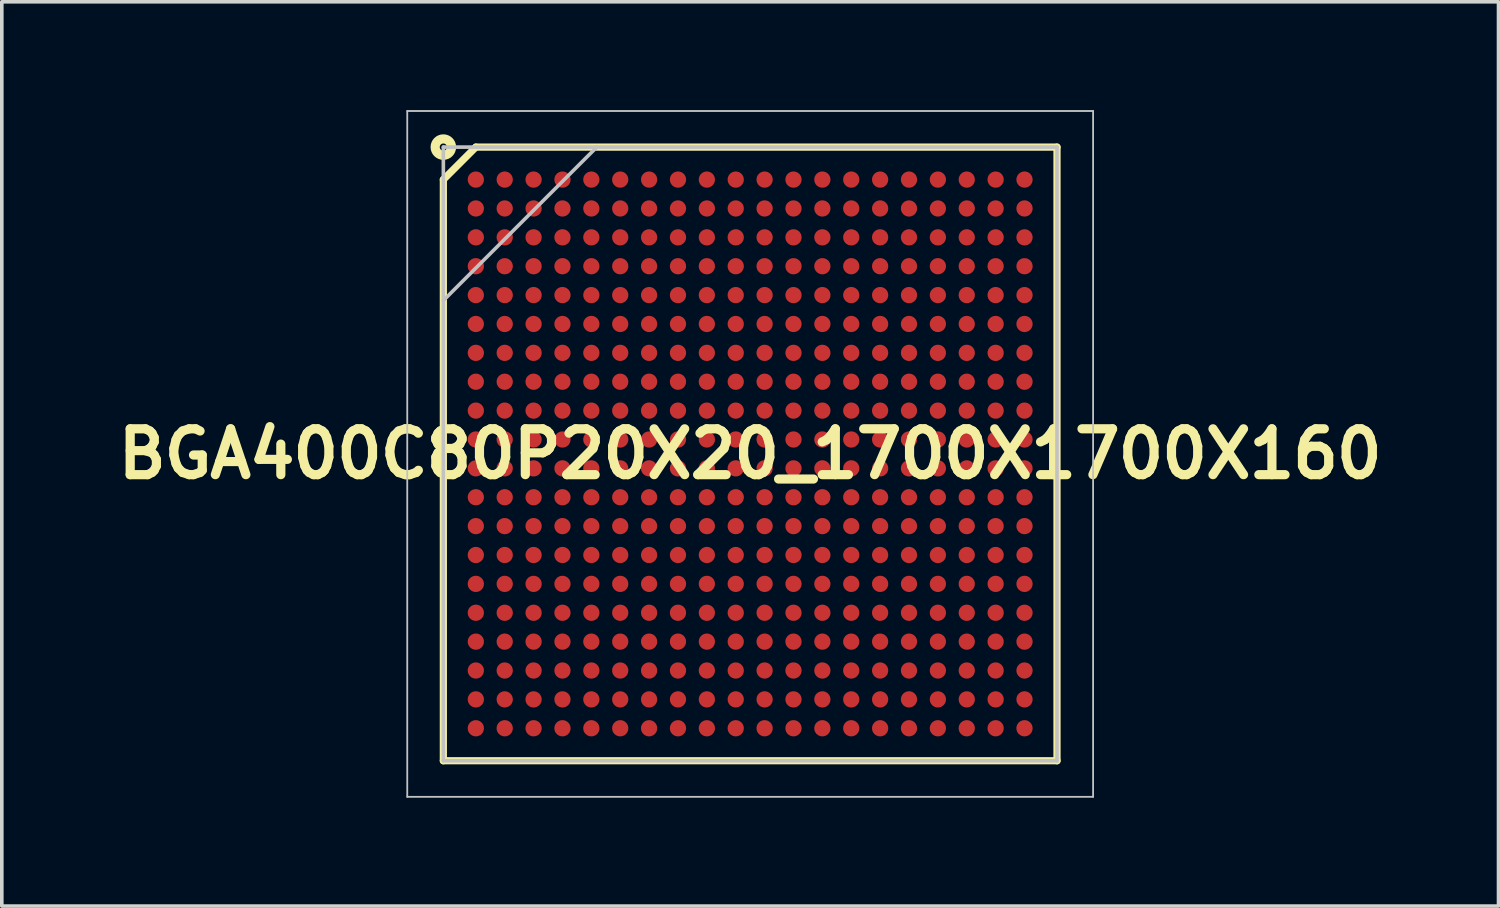
<source format=kicad_pcb>
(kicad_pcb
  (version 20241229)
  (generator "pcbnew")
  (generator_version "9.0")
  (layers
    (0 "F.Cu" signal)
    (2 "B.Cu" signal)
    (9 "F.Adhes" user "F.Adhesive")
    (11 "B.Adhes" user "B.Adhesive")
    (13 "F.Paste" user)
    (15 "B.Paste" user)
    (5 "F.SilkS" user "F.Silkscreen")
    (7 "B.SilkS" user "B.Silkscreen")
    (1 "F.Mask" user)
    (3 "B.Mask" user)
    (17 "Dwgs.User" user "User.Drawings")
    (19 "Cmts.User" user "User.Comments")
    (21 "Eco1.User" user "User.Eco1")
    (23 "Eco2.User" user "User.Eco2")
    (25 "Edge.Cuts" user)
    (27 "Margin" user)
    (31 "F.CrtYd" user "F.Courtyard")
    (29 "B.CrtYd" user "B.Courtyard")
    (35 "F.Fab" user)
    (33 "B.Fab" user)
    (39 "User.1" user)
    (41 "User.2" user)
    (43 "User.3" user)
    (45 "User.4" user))
  (footprint "BGA400C80P20X20_1700X1700X160"
    (layer "F.Cu")
    (at 17.732 9.525)
    (property "Reference" "BGA400C80P20X20_1700X1700X160" (at 0 0 0) (layer "F.SilkS") (effects (font (size 1.27 1.27) (thickness 0.254))))
    (attr smd)
    (fp_line (start -8.5 -7.6) (end -7.6 -8.5) (stroke (width 0.2) (type solid)) (layer "F.SilkS"))
    (fp_line (start -8.5 8.5) (end -8.5 -7.6) (stroke (width 0.2) (type solid)) (layer "F.SilkS"))
    (fp_line (start -7.6 -8.5) (end 8.5 -8.5) (stroke (width 0.2) (type solid)) (layer "F.SilkS"))
    (fp_line (start 8.5 -8.5) (end 8.5 8.5) (stroke (width 0.2) (type solid)) (layer "F.SilkS"))
    (fp_line (start 8.5 8.5) (end -8.5 8.5) (stroke (width 0.2) (type solid)) (layer "F.SilkS"))
    (fp_circle (center -8.5 -8.5) (end -8.4 -8.5) (stroke (width 0.254) (type solid)) (fill no) (layer "F.SilkS"))
    (fp_line (start -9.5 -9.5) (end 9.5 -9.5) (stroke (width 0.05) (type solid)) (layer "Dwgs.User"))
    (fp_line (start -9.5 9.5) (end -9.5 -9.5) (stroke (width 0.05) (type solid)) (layer "Dwgs.User"))
    (fp_line (start -8.5 -8.5) (end 8.5 -8.5) (stroke (width 0.1) (type solid)) (layer "Dwgs.User"))
    (fp_line (start -8.5 -4.25) (end -4.25 -8.5) (stroke (width 0.1) (type solid)) (layer "Dwgs.User"))
    (fp_line (start -8.5 8.5) (end -8.5 -8.5) (stroke (width 0.1) (type solid)) (layer "Dwgs.User"))
    (fp_line (start 8.5 -8.5) (end 8.5 8.5) (stroke (width 0.1) (type solid)) (layer "Dwgs.User"))
    (fp_line (start 8.5 8.5) (end -8.5 8.5) (stroke (width 0.1) (type solid)) (layer "Dwgs.User"))
    (fp_line (start 9.5 -9.5) (end 9.5 9.5) (stroke (width 0.05) (type solid)) (layer "Dwgs.User"))
    (fp_line (start 9.5 9.5) (end -9.5 9.5) (stroke (width 0.05) (type solid)) (layer "Dwgs.User"))
    (pad "A1" smd circle (at -7.6 -7.6 90) (size 0.45 0.45) (layers "F.Cu" "F.Mask" "F.Paste"))
    (pad "A2" smd circle (at -6.8 -7.6 90) (size 0.45 0.45) (layers "F.Cu" "F.Mask" "F.Paste"))
    (pad "A3" smd circle (at -6 -7.6 90) (size 0.45 0.45) (layers "F.Cu" "F.Mask" "F.Paste"))
    (pad "A4" smd circle (at -5.2 -7.6 90) (size 0.45 0.45) (layers "F.Cu" "F.Mask" "F.Paste"))
    (pad "A5" smd circle (at -4.4 -7.6 90) (size 0.45 0.45) (layers "F.Cu" "F.Mask" "F.Paste"))
    (pad "A6" smd circle (at -3.6 -7.6 90) (size 0.45 0.45) (layers "F.Cu" "F.Mask" "F.Paste"))
    (pad "A7" smd circle (at -2.8 -7.6 90) (size 0.45 0.45) (layers "F.Cu" "F.Mask" "F.Paste"))
    (pad "A8" smd circle (at -2 -7.6 90) (size 0.45 0.45) (layers "F.Cu" "F.Mask" "F.Paste"))
    (pad "A9" smd circle (at -1.2 -7.6 90) (size 0.45 0.45) (layers "F.Cu" "F.Mask" "F.Paste"))
    (pad "A10" smd circle (at -0.4 -7.6 90) (size 0.45 0.45) (layers "F.Cu" "F.Mask" "F.Paste"))
    (pad "A11" smd circle (at 0.4 -7.6 90) (size 0.45 0.45) (layers "F.Cu" "F.Mask" "F.Paste"))
    (pad "A12" smd circle (at 1.2 -7.6 90) (size 0.45 0.45) (layers "F.Cu" "F.Mask" "F.Paste"))
    (pad "A13" smd circle (at 2 -7.6 90) (size 0.45 0.45) (layers "F.Cu" "F.Mask" "F.Paste"))
    (pad "A14" smd circle (at 2.8 -7.6 90) (size 0.45 0.45) (layers "F.Cu" "F.Mask" "F.Paste"))
    (pad "A15" smd circle (at 3.6 -7.6 90) (size 0.45 0.45) (layers "F.Cu" "F.Mask" "F.Paste"))
    (pad "A16" smd circle (at 4.4 -7.6 90) (size 0.45 0.45) (layers "F.Cu" "F.Mask" "F.Paste"))
    (pad "A17" smd circle (at 5.2 -7.6 90) (size 0.45 0.45) (layers "F.Cu" "F.Mask" "F.Paste"))
    (pad "A18" smd circle (at 6 -7.6 90) (size 0.45 0.45) (layers "F.Cu" "F.Mask" "F.Paste"))
    (pad "A19" smd circle (at 6.8 -7.6 90) (size 0.45 0.45) (layers "F.Cu" "F.Mask" "F.Paste"))
    (pad "A20" smd circle (at 7.6 -7.6 90) (size 0.45 0.45) (layers "F.Cu" "F.Mask" "F.Paste"))
    (pad "B1" smd circle (at -7.6 -6.8 90) (size 0.45 0.45) (layers "F.Cu" "F.Mask" "F.Paste"))
    (pad "B2" smd circle (at -6.8 -6.8 90) (size 0.45 0.45) (layers "F.Cu" "F.Mask" "F.Paste"))
    (pad "B3" smd circle (at -6 -6.8 90) (size 0.45 0.45) (layers "F.Cu" "F.Mask" "F.Paste"))
    (pad "B4" smd circle (at -5.2 -6.8 90) (size 0.45 0.45) (layers "F.Cu" "F.Mask" "F.Paste"))
    (pad "B5" smd circle (at -4.4 -6.8 90) (size 0.45 0.45) (layers "F.Cu" "F.Mask" "F.Paste"))
    (pad "B6" smd circle (at -3.6 -6.8 90) (size 0.45 0.45) (layers "F.Cu" "F.Mask" "F.Paste"))
    (pad "B7" smd circle (at -2.8 -6.8 90) (size 0.45 0.45) (layers "F.Cu" "F.Mask" "F.Paste"))
    (pad "B8" smd circle (at -2 -6.8 90) (size 0.45 0.45) (layers "F.Cu" "F.Mask" "F.Paste"))
    (pad "B9" smd circle (at -1.2 -6.8 90) (size 0.45 0.45) (layers "F.Cu" "F.Mask" "F.Paste"))
    (pad "B10" smd circle (at -0.4 -6.8 90) (size 0.45 0.45) (layers "F.Cu" "F.Mask" "F.Paste"))
    (pad "B11" smd circle (at 0.4 -6.8 90) (size 0.45 0.45) (layers "F.Cu" "F.Mask" "F.Paste"))
    (pad "B12" smd circle (at 1.2 -6.8 90) (size 0.45 0.45) (layers "F.Cu" "F.Mask" "F.Paste"))
    (pad "B13" smd circle (at 2 -6.8 90) (size 0.45 0.45) (layers "F.Cu" "F.Mask" "F.Paste"))
    (pad "B14" smd circle (at 2.8 -6.8 90) (size 0.45 0.45) (layers "F.Cu" "F.Mask" "F.Paste"))
    (pad "B15" smd circle (at 3.6 -6.8 90) (size 0.45 0.45) (layers "F.Cu" "F.Mask" "F.Paste"))
    (pad "B16" smd circle (at 4.4 -6.8 90) (size 0.45 0.45) (layers "F.Cu" "F.Mask" "F.Paste"))
    (pad "B17" smd circle (at 5.2 -6.8 90) (size 0.45 0.45) (layers "F.Cu" "F.Mask" "F.Paste"))
    (pad "B18" smd circle (at 6 -6.8 90) (size 0.45 0.45) (layers "F.Cu" "F.Mask" "F.Paste"))
    (pad "B19" smd circle (at 6.8 -6.8 90) (size 0.45 0.45) (layers "F.Cu" "F.Mask" "F.Paste"))
    (pad "B20" smd circle (at 7.6 -6.8 90) (size 0.45 0.45) (layers "F.Cu" "F.Mask" "F.Paste"))
    (pad "C1" smd circle (at -7.6 -6 90) (size 0.45 0.45) (layers "F.Cu" "F.Mask" "F.Paste"))
    (pad "C2" smd circle (at -6.8 -6 90) (size 0.45 0.45) (layers "F.Cu" "F.Mask" "F.Paste"))
    (pad "C3" smd circle (at -6 -6 90) (size 0.45 0.45) (layers "F.Cu" "F.Mask" "F.Paste"))
    (pad "C4" smd circle (at -5.2 -6 90) (size 0.45 0.45) (layers "F.Cu" "F.Mask" "F.Paste"))
    (pad "C5" smd circle (at -4.4 -6 90) (size 0.45 0.45) (layers "F.Cu" "F.Mask" "F.Paste"))
    (pad "C6" smd circle (at -3.6 -6 90) (size 0.45 0.45) (layers "F.Cu" "F.Mask" "F.Paste"))
    (pad "C7" smd circle (at -2.8 -6 90) (size 0.45 0.45) (layers "F.Cu" "F.Mask" "F.Paste"))
    (pad "C8" smd circle (at -2 -6 90) (size 0.45 0.45) (layers "F.Cu" "F.Mask" "F.Paste"))
    (pad "C9" smd circle (at -1.2 -6 90) (size 0.45 0.45) (layers "F.Cu" "F.Mask" "F.Paste"))
    (pad "C10" smd circle (at -0.4 -6 90) (size 0.45 0.45) (layers "F.Cu" "F.Mask" "F.Paste"))
    (pad "C11" smd circle (at 0.4 -6 90) (size 0.45 0.45) (layers "F.Cu" "F.Mask" "F.Paste"))
    (pad "C12" smd circle (at 1.2 -6 90) (size 0.45 0.45) (layers "F.Cu" "F.Mask" "F.Paste"))
    (pad "C13" smd circle (at 2 -6 90) (size 0.45 0.45) (layers "F.Cu" "F.Mask" "F.Paste"))
    (pad "C14" smd circle (at 2.8 -6 90) (size 0.45 0.45) (layers "F.Cu" "F.Mask" "F.Paste"))
    (pad "C15" smd circle (at 3.6 -6 90) (size 0.45 0.45) (layers "F.Cu" "F.Mask" "F.Paste"))
    (pad "C16" smd circle (at 4.4 -6 90) (size 0.45 0.45) (layers "F.Cu" "F.Mask" "F.Paste"))
    (pad "C17" smd circle (at 5.2 -6 90) (size 0.45 0.45) (layers "F.Cu" "F.Mask" "F.Paste"))
    (pad "C18" smd circle (at 6 -6 90) (size 0.45 0.45) (layers "F.Cu" "F.Mask" "F.Paste"))
    (pad "C19" smd circle (at 6.8 -6 90) (size 0.45 0.45) (layers "F.Cu" "F.Mask" "F.Paste"))
    (pad "C20" smd circle (at 7.6 -6 90) (size 0.45 0.45) (layers "F.Cu" "F.Mask" "F.Paste"))
    (pad "D1" smd circle (at -7.6 -5.2 90) (size 0.45 0.45) (layers "F.Cu" "F.Mask" "F.Paste"))
    (pad "D2" smd circle (at -6.8 -5.2 90) (size 0.45 0.45) (layers "F.Cu" "F.Mask" "F.Paste"))
    (pad "D3" smd circle (at -6 -5.2 90) (size 0.45 0.45) (layers "F.Cu" "F.Mask" "F.Paste"))
    (pad "D4" smd circle (at -5.2 -5.2 90) (size 0.45 0.45) (layers "F.Cu" "F.Mask" "F.Paste"))
    (pad "D5" smd circle (at -4.4 -5.2 90) (size 0.45 0.45) (layers "F.Cu" "F.Mask" "F.Paste"))
    (pad "D6" smd circle (at -3.6 -5.2 90) (size 0.45 0.45) (layers "F.Cu" "F.Mask" "F.Paste"))
    (pad "D7" smd circle (at -2.8 -5.2 90) (size 0.45 0.45) (layers "F.Cu" "F.Mask" "F.Paste"))
    (pad "D8" smd circle (at -2 -5.2 90) (size 0.45 0.45) (layers "F.Cu" "F.Mask" "F.Paste"))
    (pad "D9" smd circle (at -1.2 -5.2 90) (size 0.45 0.45) (layers "F.Cu" "F.Mask" "F.Paste"))
    (pad "D10" smd circle (at -0.4 -5.2 90) (size 0.45 0.45) (layers "F.Cu" "F.Mask" "F.Paste"))
    (pad "D11" smd circle (at 0.4 -5.2 90) (size 0.45 0.45) (layers "F.Cu" "F.Mask" "F.Paste"))
    (pad "D12" smd circle (at 1.2 -5.2 90) (size 0.45 0.45) (layers "F.Cu" "F.Mask" "F.Paste"))
    (pad "D13" smd circle (at 2 -5.2 90) (size 0.45 0.45) (layers "F.Cu" "F.Mask" "F.Paste"))
    (pad "D14" smd circle (at 2.8 -5.2 90) (size 0.45 0.45) (layers "F.Cu" "F.Mask" "F.Paste"))
    (pad "D15" smd circle (at 3.6 -5.2 90) (size 0.45 0.45) (layers "F.Cu" "F.Mask" "F.Paste"))
    (pad "D16" smd circle (at 4.4 -5.2 90) (size 0.45 0.45) (layers "F.Cu" "F.Mask" "F.Paste"))
    (pad "D17" smd circle (at 5.2 -5.2 90) (size 0.45 0.45) (layers "F.Cu" "F.Mask" "F.Paste"))
    (pad "D18" smd circle (at 6 -5.2 90) (size 0.45 0.45) (layers "F.Cu" "F.Mask" "F.Paste"))
    (pad "D19" smd circle (at 6.8 -5.2 90) (size 0.45 0.45) (layers "F.Cu" "F.Mask" "F.Paste"))
    (pad "D20" smd circle (at 7.6 -5.2 90) (size 0.45 0.45) (layers "F.Cu" "F.Mask" "F.Paste"))
    (pad "E1" smd circle (at -7.6 -4.4 90) (size 0.45 0.45) (layers "F.Cu" "F.Mask" "F.Paste"))
    (pad "E2" smd circle (at -6.8 -4.4 90) (size 0.45 0.45) (layers "F.Cu" "F.Mask" "F.Paste"))
    (pad "E3" smd circle (at -6 -4.4 90) (size 0.45 0.45) (layers "F.Cu" "F.Mask" "F.Paste"))
    (pad "E4" smd circle (at -5.2 -4.4 90) (size 0.45 0.45) (layers "F.Cu" "F.Mask" "F.Paste"))
    (pad "E5" smd circle (at -4.4 -4.4 90) (size 0.45 0.45) (layers "F.Cu" "F.Mask" "F.Paste"))
    (pad "E6" smd circle (at -3.6 -4.4 90) (size 0.45 0.45) (layers "F.Cu" "F.Mask" "F.Paste"))
    (pad "E7" smd circle (at -2.8 -4.4 90) (size 0.45 0.45) (layers "F.Cu" "F.Mask" "F.Paste"))
    (pad "E8" smd circle (at -2 -4.4 90) (size 0.45 0.45) (layers "F.Cu" "F.Mask" "F.Paste"))
    (pad "E9" smd circle (at -1.2 -4.4 90) (size 0.45 0.45) (layers "F.Cu" "F.Mask" "F.Paste"))
    (pad "E10" smd circle (at -0.4 -4.4 90) (size 0.45 0.45) (layers "F.Cu" "F.Mask" "F.Paste"))
    (pad "E11" smd circle (at 0.4 -4.4 90) (size 0.45 0.45) (layers "F.Cu" "F.Mask" "F.Paste"))
    (pad "E12" smd circle (at 1.2 -4.4 90) (size 0.45 0.45) (layers "F.Cu" "F.Mask" "F.Paste"))
    (pad "E13" smd circle (at 2 -4.4 90) (size 0.45 0.45) (layers "F.Cu" "F.Mask" "F.Paste"))
    (pad "E14" smd circle (at 2.8 -4.4 90) (size 0.45 0.45) (layers "F.Cu" "F.Mask" "F.Paste"))
    (pad "E15" smd circle (at 3.6 -4.4 90) (size 0.45 0.45) (layers "F.Cu" "F.Mask" "F.Paste"))
    (pad "E16" smd circle (at 4.4 -4.4 90) (size 0.45 0.45) (layers "F.Cu" "F.Mask" "F.Paste"))
    (pad "E17" smd circle (at 5.2 -4.4 90) (size 0.45 0.45) (layers "F.Cu" "F.Mask" "F.Paste"))
    (pad "E18" smd circle (at 6 -4.4 90) (size 0.45 0.45) (layers "F.Cu" "F.Mask" "F.Paste"))
    (pad "E19" smd circle (at 6.8 -4.4 90) (size 0.45 0.45) (layers "F.Cu" "F.Mask" "F.Paste"))
    (pad "E20" smd circle (at 7.6 -4.4 90) (size 0.45 0.45) (layers "F.Cu" "F.Mask" "F.Paste"))
    (pad "F1" smd circle (at -7.6 -3.6 90) (size 0.45 0.45) (layers "F.Cu" "F.Mask" "F.Paste"))
    (pad "F2" smd circle (at -6.8 -3.6 90) (size 0.45 0.45) (layers "F.Cu" "F.Mask" "F.Paste"))
    (pad "F3" smd circle (at -6 -3.6 90) (size 0.45 0.45) (layers "F.Cu" "F.Mask" "F.Paste"))
    (pad "F4" smd circle (at -5.2 -3.6 90) (size 0.45 0.45) (layers "F.Cu" "F.Mask" "F.Paste"))
    (pad "F5" smd circle (at -4.4 -3.6 90) (size 0.45 0.45) (layers "F.Cu" "F.Mask" "F.Paste"))
    (pad "F6" smd circle (at -3.6 -3.6 90) (size 0.45 0.45) (layers "F.Cu" "F.Mask" "F.Paste"))
    (pad "F7" smd circle (at -2.8 -3.6 90) (size 0.45 0.45) (layers "F.Cu" "F.Mask" "F.Paste"))
    (pad "F8" smd circle (at -2 -3.6 90) (size 0.45 0.45) (layers "F.Cu" "F.Mask" "F.Paste"))
    (pad "F9" smd circle (at -1.2 -3.6 90) (size 0.45 0.45) (layers "F.Cu" "F.Mask" "F.Paste"))
    (pad "F10" smd circle (at -0.4 -3.6 90) (size 0.45 0.45) (layers "F.Cu" "F.Mask" "F.Paste"))
    (pad "F11" smd circle (at 0.4 -3.6 90) (size 0.45 0.45) (layers "F.Cu" "F.Mask" "F.Paste"))
    (pad "F12" smd circle (at 1.2 -3.6 90) (size 0.45 0.45) (layers "F.Cu" "F.Mask" "F.Paste"))
    (pad "F13" smd circle (at 2 -3.6 90) (size 0.45 0.45) (layers "F.Cu" "F.Mask" "F.Paste"))
    (pad "F14" smd circle (at 2.8 -3.6 90) (size 0.45 0.45) (layers "F.Cu" "F.Mask" "F.Paste"))
    (pad "F15" smd circle (at 3.6 -3.6 90) (size 0.45 0.45) (layers "F.Cu" "F.Mask" "F.Paste"))
    (pad "F16" smd circle (at 4.4 -3.6 90) (size 0.45 0.45) (layers "F.Cu" "F.Mask" "F.Paste"))
    (pad "F17" smd circle (at 5.2 -3.6 90) (size 0.45 0.45) (layers "F.Cu" "F.Mask" "F.Paste"))
    (pad "F18" smd circle (at 6 -3.6 90) (size 0.45 0.45) (layers "F.Cu" "F.Mask" "F.Paste"))
    (pad "F19" smd circle (at 6.8 -3.6 90) (size 0.45 0.45) (layers "F.Cu" "F.Mask" "F.Paste"))
    (pad "F20" smd circle (at 7.6 -3.6 90) (size 0.45 0.45) (layers "F.Cu" "F.Mask" "F.Paste"))
    (pad "G1" smd circle (at -7.6 -2.8 90) (size 0.45 0.45) (layers "F.Cu" "F.Mask" "F.Paste"))
    (pad "G2" smd circle (at -6.8 -2.8 90) (size 0.45 0.45) (layers "F.Cu" "F.Mask" "F.Paste"))
    (pad "G3" smd circle (at -6 -2.8 90) (size 0.45 0.45) (layers "F.Cu" "F.Mask" "F.Paste"))
    (pad "G4" smd circle (at -5.2 -2.8 90) (size 0.45 0.45) (layers "F.Cu" "F.Mask" "F.Paste"))
    (pad "G5" smd circle (at -4.4 -2.8 90) (size 0.45 0.45) (layers "F.Cu" "F.Mask" "F.Paste"))
    (pad "G6" smd circle (at -3.6 -2.8 90) (size 0.45 0.45) (layers "F.Cu" "F.Mask" "F.Paste"))
    (pad "G7" smd circle (at -2.8 -2.8 90) (size 0.45 0.45) (layers "F.Cu" "F.Mask" "F.Paste"))
    (pad "G8" smd circle (at -2 -2.8 90) (size 0.45 0.45) (layers "F.Cu" "F.Mask" "F.Paste"))
    (pad "G9" smd circle (at -1.2 -2.8 90) (size 0.45 0.45) (layers "F.Cu" "F.Mask" "F.Paste"))
    (pad "G10" smd circle (at -0.4 -2.8 90) (size 0.45 0.45) (layers "F.Cu" "F.Mask" "F.Paste"))
    (pad "G11" smd circle (at 0.4 -2.8 90) (size 0.45 0.45) (layers "F.Cu" "F.Mask" "F.Paste"))
    (pad "G12" smd circle (at 1.2 -2.8 90) (size 0.45 0.45) (layers "F.Cu" "F.Mask" "F.Paste"))
    (pad "G13" smd circle (at 2 -2.8 90) (size 0.45 0.45) (layers "F.Cu" "F.Mask" "F.Paste"))
    (pad "G14" smd circle (at 2.8 -2.8 90) (size 0.45 0.45) (layers "F.Cu" "F.Mask" "F.Paste"))
    (pad "G15" smd circle (at 3.6 -2.8 90) (size 0.45 0.45) (layers "F.Cu" "F.Mask" "F.Paste"))
    (pad "G16" smd circle (at 4.4 -2.8 90) (size 0.45 0.45) (layers "F.Cu" "F.Mask" "F.Paste"))
    (pad "G17" smd circle (at 5.2 -2.8 90) (size 0.45 0.45) (layers "F.Cu" "F.Mask" "F.Paste"))
    (pad "G18" smd circle (at 6 -2.8 90) (size 0.45 0.45) (layers "F.Cu" "F.Mask" "F.Paste"))
    (pad "G19" smd circle (at 6.8 -2.8 90) (size 0.45 0.45) (layers "F.Cu" "F.Mask" "F.Paste"))
    (pad "G20" smd circle (at 7.6 -2.8 90) (size 0.45 0.45) (layers "F.Cu" "F.Mask" "F.Paste"))
    (pad "H1" smd circle (at -7.6 -2 90) (size 0.45 0.45) (layers "F.Cu" "F.Mask" "F.Paste"))
    (pad "H2" smd circle (at -6.8 -2 90) (size 0.45 0.45) (layers "F.Cu" "F.Mask" "F.Paste"))
    (pad "H3" smd circle (at -6 -2 90) (size 0.45 0.45) (layers "F.Cu" "F.Mask" "F.Paste"))
    (pad "H4" smd circle (at -5.2 -2 90) (size 0.45 0.45) (layers "F.Cu" "F.Mask" "F.Paste"))
    (pad "H5" smd circle (at -4.4 -2 90) (size 0.45 0.45) (layers "F.Cu" "F.Mask" "F.Paste"))
    (pad "H6" smd circle (at -3.6 -2 90) (size 0.45 0.45) (layers "F.Cu" "F.Mask" "F.Paste"))
    (pad "H7" smd circle (at -2.8 -2 90) (size 0.45 0.45) (layers "F.Cu" "F.Mask" "F.Paste"))
    (pad "H8" smd circle (at -2 -2 90) (size 0.45 0.45) (layers "F.Cu" "F.Mask" "F.Paste"))
    (pad "H9" smd circle (at -1.2 -2 90) (size 0.45 0.45) (layers "F.Cu" "F.Mask" "F.Paste"))
    (pad "H10" smd circle (at -0.4 -2 90) (size 0.45 0.45) (layers "F.Cu" "F.Mask" "F.Paste"))
    (pad "H11" smd circle (at 0.4 -2 90) (size 0.45 0.45) (layers "F.Cu" "F.Mask" "F.Paste"))
    (pad "H12" smd circle (at 1.2 -2 90) (size 0.45 0.45) (layers "F.Cu" "F.Mask" "F.Paste"))
    (pad "H13" smd circle (at 2 -2 90) (size 0.45 0.45) (layers "F.Cu" "F.Mask" "F.Paste"))
    (pad "H14" smd circle (at 2.8 -2 90) (size 0.45 0.45) (layers "F.Cu" "F.Mask" "F.Paste"))
    (pad "H15" smd circle (at 3.6 -2 90) (size 0.45 0.45) (layers "F.Cu" "F.Mask" "F.Paste"))
    (pad "H16" smd circle (at 4.4 -2 90) (size 0.45 0.45) (layers "F.Cu" "F.Mask" "F.Paste"))
    (pad "H17" smd circle (at 5.2 -2 90) (size 0.45 0.45) (layers "F.Cu" "F.Mask" "F.Paste"))
    (pad "H18" smd circle (at 6 -2 90) (size 0.45 0.45) (layers "F.Cu" "F.Mask" "F.Paste"))
    (pad "H19" smd circle (at 6.8 -2 90) (size 0.45 0.45) (layers "F.Cu" "F.Mask" "F.Paste"))
    (pad "H20" smd circle (at 7.6 -2 90) (size 0.45 0.45) (layers "F.Cu" "F.Mask" "F.Paste"))
    (pad "J1" smd circle (at -7.6 -1.2 90) (size 0.45 0.45) (layers "F.Cu" "F.Mask" "F.Paste"))
    (pad "J2" smd circle (at -6.8 -1.2 90) (size 0.45 0.45) (layers "F.Cu" "F.Mask" "F.Paste"))
    (pad "J3" smd circle (at -6 -1.2 90) (size 0.45 0.45) (layers "F.Cu" "F.Mask" "F.Paste"))
    (pad "J4" smd circle (at -5.2 -1.2 90) (size 0.45 0.45) (layers "F.Cu" "F.Mask" "F.Paste"))
    (pad "J5" smd circle (at -4.4 -1.2 90) (size 0.45 0.45) (layers "F.Cu" "F.Mask" "F.Paste"))
    (pad "J6" smd circle (at -3.6 -1.2 90) (size 0.45 0.45) (layers "F.Cu" "F.Mask" "F.Paste"))
    (pad "J7" smd circle (at -2.8 -1.2 90) (size 0.45 0.45) (layers "F.Cu" "F.Mask" "F.Paste"))
    (pad "J8" smd circle (at -2 -1.2 90) (size 0.45 0.45) (layers "F.Cu" "F.Mask" "F.Paste"))
    (pad "J9" smd circle (at -1.2 -1.2 90) (size 0.45 0.45) (layers "F.Cu" "F.Mask" "F.Paste"))
    (pad "J10" smd circle (at -0.4 -1.2 90) (size 0.45 0.45) (layers "F.Cu" "F.Mask" "F.Paste"))
    (pad "J11" smd circle (at 0.4 -1.2 90) (size 0.45 0.45) (layers "F.Cu" "F.Mask" "F.Paste"))
    (pad "J12" smd circle (at 1.2 -1.2 90) (size 0.45 0.45) (layers "F.Cu" "F.Mask" "F.Paste"))
    (pad "J13" smd circle (at 2 -1.2 90) (size 0.45 0.45) (layers "F.Cu" "F.Mask" "F.Paste"))
    (pad "J14" smd circle (at 2.8 -1.2 90) (size 0.45 0.45) (layers "F.Cu" "F.Mask" "F.Paste"))
    (pad "J15" smd circle (at 3.6 -1.2 90) (size 0.45 0.45) (layers "F.Cu" "F.Mask" "F.Paste"))
    (pad "J16" smd circle (at 4.4 -1.2 90) (size 0.45 0.45) (layers "F.Cu" "F.Mask" "F.Paste"))
    (pad "J17" smd circle (at 5.2 -1.2 90) (size 0.45 0.45) (layers "F.Cu" "F.Mask" "F.Paste"))
    (pad "J18" smd circle (at 6 -1.2 90) (size 0.45 0.45) (layers "F.Cu" "F.Mask" "F.Paste"))
    (pad "J19" smd circle (at 6.8 -1.2 90) (size 0.45 0.45) (layers "F.Cu" "F.Mask" "F.Paste"))
    (pad "J20" smd circle (at 7.6 -1.2 90) (size 0.45 0.45) (layers "F.Cu" "F.Mask" "F.Paste"))
    (pad "K1" smd circle (at -7.6 -0.4 90) (size 0.45 0.45) (layers "F.Cu" "F.Mask" "F.Paste"))
    (pad "K2" smd circle (at -6.8 -0.4 90) (size 0.45 0.45) (layers "F.Cu" "F.Mask" "F.Paste"))
    (pad "K3" smd circle (at -6 -0.4 90) (size 0.45 0.45) (layers "F.Cu" "F.Mask" "F.Paste"))
    (pad "K4" smd circle (at -5.2 -0.4 90) (size 0.45 0.45) (layers "F.Cu" "F.Mask" "F.Paste"))
    (pad "K5" smd circle (at -4.4 -0.4 90) (size 0.45 0.45) (layers "F.Cu" "F.Mask" "F.Paste"))
    (pad "K6" smd circle (at -3.6 -0.4 90) (size 0.45 0.45) (layers "F.Cu" "F.Mask" "F.Paste"))
    (pad "K7" smd circle (at -2.8 -0.4 90) (size 0.45 0.45) (layers "F.Cu" "F.Mask" "F.Paste"))
    (pad "K8" smd circle (at -2 -0.4 90) (size 0.45 0.45) (layers "F.Cu" "F.Mask" "F.Paste"))
    (pad "K9" smd circle (at -1.2 -0.4 90) (size 0.45 0.45) (layers "F.Cu" "F.Mask" "F.Paste"))
    (pad "K10" smd circle (at -0.4 -0.4 90) (size 0.45 0.45) (layers "F.Cu" "F.Mask" "F.Paste"))
    (pad "K11" smd circle (at 0.4 -0.4 90) (size 0.45 0.45) (layers "F.Cu" "F.Mask" "F.Paste"))
    (pad "K12" smd circle (at 1.2 -0.4 90) (size 0.45 0.45) (layers "F.Cu" "F.Mask" "F.Paste"))
    (pad "K13" smd circle (at 2 -0.4 90) (size 0.45 0.45) (layers "F.Cu" "F.Mask" "F.Paste"))
    (pad "K14" smd circle (at 2.8 -0.4 90) (size 0.45 0.45) (layers "F.Cu" "F.Mask" "F.Paste"))
    (pad "K15" smd circle (at 3.6 -0.4 90) (size 0.45 0.45) (layers "F.Cu" "F.Mask" "F.Paste"))
    (pad "K16" smd circle (at 4.4 -0.4 90) (size 0.45 0.45) (layers "F.Cu" "F.Mask" "F.Paste"))
    (pad "K17" smd circle (at 5.2 -0.4 90) (size 0.45 0.45) (layers "F.Cu" "F.Mask" "F.Paste"))
    (pad "K18" smd circle (at 6 -0.4 90) (size 0.45 0.45) (layers "F.Cu" "F.Mask" "F.Paste"))
    (pad "K19" smd circle (at 6.8 -0.4 90) (size 0.45 0.45) (layers "F.Cu" "F.Mask" "F.Paste"))
    (pad "K20" smd circle (at 7.6 -0.4 90) (size 0.45 0.45) (layers "F.Cu" "F.Mask" "F.Paste"))
    (pad "L1" smd circle (at -7.6 0.4 90) (size 0.45 0.45) (layers "F.Cu" "F.Mask" "F.Paste"))
    (pad "L2" smd circle (at -6.8 0.4 90) (size 0.45 0.45) (layers "F.Cu" "F.Mask" "F.Paste"))
    (pad "L3" smd circle (at -6 0.4 90) (size 0.45 0.45) (layers "F.Cu" "F.Mask" "F.Paste"))
    (pad "L4" smd circle (at -5.2 0.4 90) (size 0.45 0.45) (layers "F.Cu" "F.Mask" "F.Paste"))
    (pad "L5" smd circle (at -4.4 0.4 90) (size 0.45 0.45) (layers "F.Cu" "F.Mask" "F.Paste"))
    (pad "L6" smd circle (at -3.6 0.4 90) (size 0.45 0.45) (layers "F.Cu" "F.Mask" "F.Paste"))
    (pad "L7" smd circle (at -2.8 0.4 90) (size 0.45 0.45) (layers "F.Cu" "F.Mask" "F.Paste"))
    (pad "L8" smd circle (at -2 0.4 90) (size 0.45 0.45) (layers "F.Cu" "F.Mask" "F.Paste"))
    (pad "L9" smd circle (at -1.2 0.4 90) (size 0.45 0.45) (layers "F.Cu" "F.Mask" "F.Paste"))
    (pad "L10" smd circle (at -0.4 0.4 90) (size 0.45 0.45) (layers "F.Cu" "F.Mask" "F.Paste"))
    (pad "L11" smd circle (at 0.4 0.4 90) (size 0.45 0.45) (layers "F.Cu" "F.Mask" "F.Paste"))
    (pad "L12" smd circle (at 1.2 0.4 90) (size 0.45 0.45) (layers "F.Cu" "F.Mask" "F.Paste"))
    (pad "L13" smd circle (at 2 0.4 90) (size 0.45 0.45) (layers "F.Cu" "F.Mask" "F.Paste"))
    (pad "L14" smd circle (at 2.8 0.4 90) (size 0.45 0.45) (layers "F.Cu" "F.Mask" "F.Paste"))
    (pad "L15" smd circle (at 3.6 0.4 90) (size 0.45 0.45) (layers "F.Cu" "F.Mask" "F.Paste"))
    (pad "L16" smd circle (at 4.4 0.4 90) (size 0.45 0.45) (layers "F.Cu" "F.Mask" "F.Paste"))
    (pad "L17" smd circle (at 5.2 0.4 90) (size 0.45 0.45) (layers "F.Cu" "F.Mask" "F.Paste"))
    (pad "L18" smd circle (at 6 0.4 90) (size 0.45 0.45) (layers "F.Cu" "F.Mask" "F.Paste"))
    (pad "L19" smd circle (at 6.8 0.4 90) (size 0.45 0.45) (layers "F.Cu" "F.Mask" "F.Paste"))
    (pad "L20" smd circle (at 7.6 0.4 90) (size 0.45 0.45) (layers "F.Cu" "F.Mask" "F.Paste"))
    (pad "M1" smd circle (at -7.6 1.2 90) (size 0.45 0.45) (layers "F.Cu" "F.Mask" "F.Paste"))
    (pad "M2" smd circle (at -6.8 1.2 90) (size 0.45 0.45) (layers "F.Cu" "F.Mask" "F.Paste"))
    (pad "M3" smd circle (at -6 1.2 90) (size 0.45 0.45) (layers "F.Cu" "F.Mask" "F.Paste"))
    (pad "M4" smd circle (at -5.2 1.2 90) (size 0.45 0.45) (layers "F.Cu" "F.Mask" "F.Paste"))
    (pad "M5" smd circle (at -4.4 1.2 90) (size 0.45 0.45) (layers "F.Cu" "F.Mask" "F.Paste"))
    (pad "M6" smd circle (at -3.6 1.2 90) (size 0.45 0.45) (layers "F.Cu" "F.Mask" "F.Paste"))
    (pad "M7" smd circle (at -2.8 1.2 90) (size 0.45 0.45) (layers "F.Cu" "F.Mask" "F.Paste"))
    (pad "M8" smd circle (at -2 1.2 90) (size 0.45 0.45) (layers "F.Cu" "F.Mask" "F.Paste"))
    (pad "M9" smd circle (at -1.2 1.2 90) (size 0.45 0.45) (layers "F.Cu" "F.Mask" "F.Paste"))
    (pad "M10" smd circle (at -0.4 1.2 90) (size 0.45 0.45) (layers "F.Cu" "F.Mask" "F.Paste"))
    (pad "M11" smd circle (at 0.4 1.2 90) (size 0.45 0.45) (layers "F.Cu" "F.Mask" "F.Paste"))
    (pad "M12" smd circle (at 1.2 1.2 90) (size 0.45 0.45) (layers "F.Cu" "F.Mask" "F.Paste"))
    (pad "M13" smd circle (at 2 1.2 90) (size 0.45 0.45) (layers "F.Cu" "F.Mask" "F.Paste"))
    (pad "M14" smd circle (at 2.8 1.2 90) (size 0.45 0.45) (layers "F.Cu" "F.Mask" "F.Paste"))
    (pad "M15" smd circle (at 3.6 1.2 90) (size 0.45 0.45) (layers "F.Cu" "F.Mask" "F.Paste"))
    (pad "M16" smd circle (at 4.4 1.2 90) (size 0.45 0.45) (layers "F.Cu" "F.Mask" "F.Paste"))
    (pad "M17" smd circle (at 5.2 1.2 90) (size 0.45 0.45) (layers "F.Cu" "F.Mask" "F.Paste"))
    (pad "M18" smd circle (at 6 1.2 90) (size 0.45 0.45) (layers "F.Cu" "F.Mask" "F.Paste"))
    (pad "M19" smd circle (at 6.8 1.2 90) (size 0.45 0.45) (layers "F.Cu" "F.Mask" "F.Paste"))
    (pad "M20" smd circle (at 7.6 1.2 90) (size 0.45 0.45) (layers "F.Cu" "F.Mask" "F.Paste"))
    (pad "N1" smd circle (at -7.6 2 90) (size 0.45 0.45) (layers "F.Cu" "F.Mask" "F.Paste"))
    (pad "N2" smd circle (at -6.8 2 90) (size 0.45 0.45) (layers "F.Cu" "F.Mask" "F.Paste"))
    (pad "N3" smd circle (at -6 2 90) (size 0.45 0.45) (layers "F.Cu" "F.Mask" "F.Paste"))
    (pad "N4" smd circle (at -5.2 2 90) (size 0.45 0.45) (layers "F.Cu" "F.Mask" "F.Paste"))
    (pad "N5" smd circle (at -4.4 2 90) (size 0.45 0.45) (layers "F.Cu" "F.Mask" "F.Paste"))
    (pad "N6" smd circle (at -3.6 2 90) (size 0.45 0.45) (layers "F.Cu" "F.Mask" "F.Paste"))
    (pad "N7" smd circle (at -2.8 2 90) (size 0.45 0.45) (layers "F.Cu" "F.Mask" "F.Paste"))
    (pad "N8" smd circle (at -2 2 90) (size 0.45 0.45) (layers "F.Cu" "F.Mask" "F.Paste"))
    (pad "N9" smd circle (at -1.2 2 90) (size 0.45 0.45) (layers "F.Cu" "F.Mask" "F.Paste"))
    (pad "N10" smd circle (at -0.4 2 90) (size 0.45 0.45) (layers "F.Cu" "F.Mask" "F.Paste"))
    (pad "N11" smd circle (at 0.4 2 90) (size 0.45 0.45) (layers "F.Cu" "F.Mask" "F.Paste"))
    (pad "N12" smd circle (at 1.2 2 90) (size 0.45 0.45) (layers "F.Cu" "F.Mask" "F.Paste"))
    (pad "N13" smd circle (at 2 2 90) (size 0.45 0.45) (layers "F.Cu" "F.Mask" "F.Paste"))
    (pad "N14" smd circle (at 2.8 2 90) (size 0.45 0.45) (layers "F.Cu" "F.Mask" "F.Paste"))
    (pad "N15" smd circle (at 3.6 2 90) (size 0.45 0.45) (layers "F.Cu" "F.Mask" "F.Paste"))
    (pad "N16" smd circle (at 4.4 2 90) (size 0.45 0.45) (layers "F.Cu" "F.Mask" "F.Paste"))
    (pad "N17" smd circle (at 5.2 2 90) (size 0.45 0.45) (layers "F.Cu" "F.Mask" "F.Paste"))
    (pad "N18" smd circle (at 6 2 90) (size 0.45 0.45) (layers "F.Cu" "F.Mask" "F.Paste"))
    (pad "N19" smd circle (at 6.8 2 90) (size 0.45 0.45) (layers "F.Cu" "F.Mask" "F.Paste"))
    (pad "N20" smd circle (at 7.6 2 90) (size 0.45 0.45) (layers "F.Cu" "F.Mask" "F.Paste"))
    (pad "P1" smd circle (at -7.6 2.8 90) (size 0.45 0.45) (layers "F.Cu" "F.Mask" "F.Paste"))
    (pad "P2" smd circle (at -6.8 2.8 90) (size 0.45 0.45) (layers "F.Cu" "F.Mask" "F.Paste"))
    (pad "P3" smd circle (at -6 2.8 90) (size 0.45 0.45) (layers "F.Cu" "F.Mask" "F.Paste"))
    (pad "P4" smd circle (at -5.2 2.8 90) (size 0.45 0.45) (layers "F.Cu" "F.Mask" "F.Paste"))
    (pad "P5" smd circle (at -4.4 2.8 90) (size 0.45 0.45) (layers "F.Cu" "F.Mask" "F.Paste"))
    (pad "P6" smd circle (at -3.6 2.8 90) (size 0.45 0.45) (layers "F.Cu" "F.Mask" "F.Paste"))
    (pad "P7" smd circle (at -2.8 2.8 90) (size 0.45 0.45) (layers "F.Cu" "F.Mask" "F.Paste"))
    (pad "P8" smd circle (at -2 2.8 90) (size 0.45 0.45) (layers "F.Cu" "F.Mask" "F.Paste"))
    (pad "P9" smd circle (at -1.2 2.8 90) (size 0.45 0.45) (layers "F.Cu" "F.Mask" "F.Paste"))
    (pad "P10" smd circle (at -0.4 2.8 90) (size 0.45 0.45) (layers "F.Cu" "F.Mask" "F.Paste"))
    (pad "P11" smd circle (at 0.4 2.8 90) (size 0.45 0.45) (layers "F.Cu" "F.Mask" "F.Paste"))
    (pad "P12" smd circle (at 1.2 2.8 90) (size 0.45 0.45) (layers "F.Cu" "F.Mask" "F.Paste"))
    (pad "P13" smd circle (at 2 2.8 90) (size 0.45 0.45) (layers "F.Cu" "F.Mask" "F.Paste"))
    (pad "P14" smd circle (at 2.8 2.8 90) (size 0.45 0.45) (layers "F.Cu" "F.Mask" "F.Paste"))
    (pad "P15" smd circle (at 3.6 2.8 90) (size 0.45 0.45) (layers "F.Cu" "F.Mask" "F.Paste"))
    (pad "P16" smd circle (at 4.4 2.8 90) (size 0.45 0.45) (layers "F.Cu" "F.Mask" "F.Paste"))
    (pad "P17" smd circle (at 5.2 2.8 90) (size 0.45 0.45) (layers "F.Cu" "F.Mask" "F.Paste"))
    (pad "P18" smd circle (at 6 2.8 90) (size 0.45 0.45) (layers "F.Cu" "F.Mask" "F.Paste"))
    (pad "P19" smd circle (at 6.8 2.8 90) (size 0.45 0.45) (layers "F.Cu" "F.Mask" "F.Paste"))
    (pad "P20" smd circle (at 7.6 2.8 90) (size 0.45 0.45) (layers "F.Cu" "F.Mask" "F.Paste"))
    (pad "R1" smd circle (at -7.6 3.6 90) (size 0.45 0.45) (layers "F.Cu" "F.Mask" "F.Paste"))
    (pad "R2" smd circle (at -6.8 3.6 90) (size 0.45 0.45) (layers "F.Cu" "F.Mask" "F.Paste"))
    (pad "R3" smd circle (at -6 3.6 90) (size 0.45 0.45) (layers "F.Cu" "F.Mask" "F.Paste"))
    (pad "R4" smd circle (at -5.2 3.6 90) (size 0.45 0.45) (layers "F.Cu" "F.Mask" "F.Paste"))
    (pad "R5" smd circle (at -4.4 3.6 90) (size 0.45 0.45) (layers "F.Cu" "F.Mask" "F.Paste"))
    (pad "R6" smd circle (at -3.6 3.6 90) (size 0.45 0.45) (layers "F.Cu" "F.Mask" "F.Paste"))
    (pad "R7" smd circle (at -2.8 3.6 90) (size 0.45 0.45) (layers "F.Cu" "F.Mask" "F.Paste"))
    (pad "R8" smd circle (at -2 3.6 90) (size 0.45 0.45) (layers "F.Cu" "F.Mask" "F.Paste"))
    (pad "R9" smd circle (at -1.2 3.6 90) (size 0.45 0.45) (layers "F.Cu" "F.Mask" "F.Paste"))
    (pad "R10" smd circle (at -0.4 3.6 90) (size 0.45 0.45) (layers "F.Cu" "F.Mask" "F.Paste"))
    (pad "R11" smd circle (at 0.4 3.6 90) (size 0.45 0.45) (layers "F.Cu" "F.Mask" "F.Paste"))
    (pad "R12" smd circle (at 1.2 3.6 90) (size 0.45 0.45) (layers "F.Cu" "F.Mask" "F.Paste"))
    (pad "R13" smd circle (at 2 3.6 90) (size 0.45 0.45) (layers "F.Cu" "F.Mask" "F.Paste"))
    (pad "R14" smd circle (at 2.8 3.6 90) (size 0.45 0.45) (layers "F.Cu" "F.Mask" "F.Paste"))
    (pad "R15" smd circle (at 3.6 3.6 90) (size 0.45 0.45) (layers "F.Cu" "F.Mask" "F.Paste"))
    (pad "R16" smd circle (at 4.4 3.6 90) (size 0.45 0.45) (layers "F.Cu" "F.Mask" "F.Paste"))
    (pad "R17" smd circle (at 5.2 3.6 90) (size 0.45 0.45) (layers "F.Cu" "F.Mask" "F.Paste"))
    (pad "R18" smd circle (at 6 3.6 90) (size 0.45 0.45) (layers "F.Cu" "F.Mask" "F.Paste"))
    (pad "R19" smd circle (at 6.8 3.6 90) (size 0.45 0.45) (layers "F.Cu" "F.Mask" "F.Paste"))
    (pad "R20" smd circle (at 7.6 3.6 90) (size 0.45 0.45) (layers "F.Cu" "F.Mask" "F.Paste"))
    (pad "T1" smd circle (at -7.6 4.4 90) (size 0.45 0.45) (layers "F.Cu" "F.Mask" "F.Paste"))
    (pad "T2" smd circle (at -6.8 4.4 90) (size 0.45 0.45) (layers "F.Cu" "F.Mask" "F.Paste"))
    (pad "T3" smd circle (at -6 4.4 90) (size 0.45 0.45) (layers "F.Cu" "F.Mask" "F.Paste"))
    (pad "T4" smd circle (at -5.2 4.4 90) (size 0.45 0.45) (layers "F.Cu" "F.Mask" "F.Paste"))
    (pad "T5" smd circle (at -4.4 4.4 90) (size 0.45 0.45) (layers "F.Cu" "F.Mask" "F.Paste"))
    (pad "T6" smd circle (at -3.6 4.4 90) (size 0.45 0.45) (layers "F.Cu" "F.Mask" "F.Paste"))
    (pad "T7" smd circle (at -2.8 4.4 90) (size 0.45 0.45) (layers "F.Cu" "F.Mask" "F.Paste"))
    (pad "T8" smd circle (at -2 4.4 90) (size 0.45 0.45) (layers "F.Cu" "F.Mask" "F.Paste"))
    (pad "T9" smd circle (at -1.2 4.4 90) (size 0.45 0.45) (layers "F.Cu" "F.Mask" "F.Paste"))
    (pad "T10" smd circle (at -0.4 4.4 90) (size 0.45 0.45) (layers "F.Cu" "F.Mask" "F.Paste"))
    (pad "T11" smd circle (at 0.4 4.4 90) (size 0.45 0.45) (layers "F.Cu" "F.Mask" "F.Paste"))
    (pad "T12" smd circle (at 1.2 4.4 90) (size 0.45 0.45) (layers "F.Cu" "F.Mask" "F.Paste"))
    (pad "T13" smd circle (at 2 4.4 90) (size 0.45 0.45) (layers "F.Cu" "F.Mask" "F.Paste"))
    (pad "T14" smd circle (at 2.8 4.4 90) (size 0.45 0.45) (layers "F.Cu" "F.Mask" "F.Paste"))
    (pad "T15" smd circle (at 3.6 4.4 90) (size 0.45 0.45) (layers "F.Cu" "F.Mask" "F.Paste"))
    (pad "T16" smd circle (at 4.4 4.4 90) (size 0.45 0.45) (layers "F.Cu" "F.Mask" "F.Paste"))
    (pad "T17" smd circle (at 5.2 4.4 90) (size 0.45 0.45) (layers "F.Cu" "F.Mask" "F.Paste"))
    (pad "T18" smd circle (at 6 4.4 90) (size 0.45 0.45) (layers "F.Cu" "F.Mask" "F.Paste"))
    (pad "T19" smd circle (at 6.8 4.4 90) (size 0.45 0.45) (layers "F.Cu" "F.Mask" "F.Paste"))
    (pad "T20" smd circle (at 7.6 4.4 90) (size 0.45 0.45) (layers "F.Cu" "F.Mask" "F.Paste"))
    (pad "U1" smd circle (at -7.6 5.2 90) (size 0.45 0.45) (layers "F.Cu" "F.Mask" "F.Paste"))
    (pad "U2" smd circle (at -6.8 5.2 90) (size 0.45 0.45) (layers "F.Cu" "F.Mask" "F.Paste"))
    (pad "U3" smd circle (at -6 5.2 90) (size 0.45 0.45) (layers "F.Cu" "F.Mask" "F.Paste"))
    (pad "U4" smd circle (at -5.2 5.2 90) (size 0.45 0.45) (layers "F.Cu" "F.Mask" "F.Paste"))
    (pad "U5" smd circle (at -4.4 5.2 90) (size 0.45 0.45) (layers "F.Cu" "F.Mask" "F.Paste"))
    (pad "U6" smd circle (at -3.6 5.2 90) (size 0.45 0.45) (layers "F.Cu" "F.Mask" "F.Paste"))
    (pad "U7" smd circle (at -2.8 5.2 90) (size 0.45 0.45) (layers "F.Cu" "F.Mask" "F.Paste"))
    (pad "U8" smd circle (at -2 5.2 90) (size 0.45 0.45) (layers "F.Cu" "F.Mask" "F.Paste"))
    (pad "U9" smd circle (at -1.2 5.2 90) (size 0.45 0.45) (layers "F.Cu" "F.Mask" "F.Paste"))
    (pad "U10" smd circle (at -0.4 5.2 90) (size 0.45 0.45) (layers "F.Cu" "F.Mask" "F.Paste"))
    (pad "U11" smd circle (at 0.4 5.2 90) (size 0.45 0.45) (layers "F.Cu" "F.Mask" "F.Paste"))
    (pad "U12" smd circle (at 1.2 5.2 90) (size 0.45 0.45) (layers "F.Cu" "F.Mask" "F.Paste"))
    (pad "U13" smd circle (at 2 5.2 90) (size 0.45 0.45) (layers "F.Cu" "F.Mask" "F.Paste"))
    (pad "U14" smd circle (at 2.8 5.2 90) (size 0.45 0.45) (layers "F.Cu" "F.Mask" "F.Paste"))
    (pad "U15" smd circle (at 3.6 5.2 90) (size 0.45 0.45) (layers "F.Cu" "F.Mask" "F.Paste"))
    (pad "U16" smd circle (at 4.4 5.2 90) (size 0.45 0.45) (layers "F.Cu" "F.Mask" "F.Paste"))
    (pad "U17" smd circle (at 5.2 5.2 90) (size 0.45 0.45) (layers "F.Cu" "F.Mask" "F.Paste"))
    (pad "U18" smd circle (at 6 5.2 90) (size 0.45 0.45) (layers "F.Cu" "F.Mask" "F.Paste"))
    (pad "U19" smd circle (at 6.8 5.2 90) (size 0.45 0.45) (layers "F.Cu" "F.Mask" "F.Paste"))
    (pad "U20" smd circle (at 7.6 5.2 90) (size 0.45 0.45) (layers "F.Cu" "F.Mask" "F.Paste"))
    (pad "V1" smd circle (at -7.6 6 90) (size 0.45 0.45) (layers "F.Cu" "F.Mask" "F.Paste"))
    (pad "V2" smd circle (at -6.8 6 90) (size 0.45 0.45) (layers "F.Cu" "F.Mask" "F.Paste"))
    (pad "V3" smd circle (at -6 6 90) (size 0.45 0.45) (layers "F.Cu" "F.Mask" "F.Paste"))
    (pad "V4" smd circle (at -5.2 6 90) (size 0.45 0.45) (layers "F.Cu" "F.Mask" "F.Paste"))
    (pad "V5" smd circle (at -4.4 6 90) (size 0.45 0.45) (layers "F.Cu" "F.Mask" "F.Paste"))
    (pad "V6" smd circle (at -3.6 6 90) (size 0.45 0.45) (layers "F.Cu" "F.Mask" "F.Paste"))
    (pad "V7" smd circle (at -2.8 6 90) (size 0.45 0.45) (layers "F.Cu" "F.Mask" "F.Paste"))
    (pad "V8" smd circle (at -2 6 90) (size 0.45 0.45) (layers "F.Cu" "F.Mask" "F.Paste"))
    (pad "V9" smd circle (at -1.2 6 90) (size 0.45 0.45) (layers "F.Cu" "F.Mask" "F.Paste"))
    (pad "V10" smd circle (at -0.4 6 90) (size 0.45 0.45) (layers "F.Cu" "F.Mask" "F.Paste"))
    (pad "V11" smd circle (at 0.4 6 90) (size 0.45 0.45) (layers "F.Cu" "F.Mask" "F.Paste"))
    (pad "V12" smd circle (at 1.2 6 90) (size 0.45 0.45) (layers "F.Cu" "F.Mask" "F.Paste"))
    (pad "V13" smd circle (at 2 6 90) (size 0.45 0.45) (layers "F.Cu" "F.Mask" "F.Paste"))
    (pad "V14" smd circle (at 2.8 6 90) (size 0.45 0.45) (layers "F.Cu" "F.Mask" "F.Paste"))
    (pad "V15" smd circle (at 3.6 6 90) (size 0.45 0.45) (layers "F.Cu" "F.Mask" "F.Paste"))
    (pad "V16" smd circle (at 4.4 6 90) (size 0.45 0.45) (layers "F.Cu" "F.Mask" "F.Paste"))
    (pad "V17" smd circle (at 5.2 6 90) (size 0.45 0.45) (layers "F.Cu" "F.Mask" "F.Paste"))
    (pad "V18" smd circle (at 6 6 90) (size 0.45 0.45) (layers "F.Cu" "F.Mask" "F.Paste"))
    (pad "V19" smd circle (at 6.8 6 90) (size 0.45 0.45) (layers "F.Cu" "F.Mask" "F.Paste"))
    (pad "V20" smd circle (at 7.6 6 90) (size 0.45 0.45) (layers "F.Cu" "F.Mask" "F.Paste"))
    (pad "W1" smd circle (at -7.6 6.8 90) (size 0.45 0.45) (layers "F.Cu" "F.Mask" "F.Paste"))
    (pad "W2" smd circle (at -6.8 6.8 90) (size 0.45 0.45) (layers "F.Cu" "F.Mask" "F.Paste"))
    (pad "W3" smd circle (at -6 6.8 90) (size 0.45 0.45) (layers "F.Cu" "F.Mask" "F.Paste"))
    (pad "W4" smd circle (at -5.2 6.8 90) (size 0.45 0.45) (layers "F.Cu" "F.Mask" "F.Paste"))
    (pad "W5" smd circle (at -4.4 6.8 90) (size 0.45 0.45) (layers "F.Cu" "F.Mask" "F.Paste"))
    (pad "W6" smd circle (at -3.6 6.8 90) (size 0.45 0.45) (layers "F.Cu" "F.Mask" "F.Paste"))
    (pad "W7" smd circle (at -2.8 6.8 90) (size 0.45 0.45) (layers "F.Cu" "F.Mask" "F.Paste"))
    (pad "W8" smd circle (at -2 6.8 90) (size 0.45 0.45) (layers "F.Cu" "F.Mask" "F.Paste"))
    (pad "W9" smd circle (at -1.2 6.8 90) (size 0.45 0.45) (layers "F.Cu" "F.Mask" "F.Paste"))
    (pad "W10" smd circle (at -0.4 6.8 90) (size 0.45 0.45) (layers "F.Cu" "F.Mask" "F.Paste"))
    (pad "W11" smd circle (at 0.4 6.8 90) (size 0.45 0.45) (layers "F.Cu" "F.Mask" "F.Paste"))
    (pad "W12" smd circle (at 1.2 6.8 90) (size 0.45 0.45) (layers "F.Cu" "F.Mask" "F.Paste"))
    (pad "W13" smd circle (at 2 6.8 90) (size 0.45 0.45) (layers "F.Cu" "F.Mask" "F.Paste"))
    (pad "W14" smd circle (at 2.8 6.8 90) (size 0.45 0.45) (layers "F.Cu" "F.Mask" "F.Paste"))
    (pad "W15" smd circle (at 3.6 6.8 90) (size 0.45 0.45) (layers "F.Cu" "F.Mask" "F.Paste"))
    (pad "W16" smd circle (at 4.4 6.8 90) (size 0.45 0.45) (layers "F.Cu" "F.Mask" "F.Paste"))
    (pad "W17" smd circle (at 5.2 6.8 90) (size 0.45 0.45) (layers "F.Cu" "F.Mask" "F.Paste"))
    (pad "W18" smd circle (at 6 6.8 90) (size 0.45 0.45) (layers "F.Cu" "F.Mask" "F.Paste"))
    (pad "W19" smd circle (at 6.8 6.8 90) (size 0.45 0.45) (layers "F.Cu" "F.Mask" "F.Paste"))
    (pad "W20" smd circle (at 7.6 6.8 90) (size 0.45 0.45) (layers "F.Cu" "F.Mask" "F.Paste"))
    (pad "Y1" smd circle (at -7.6 7.6 90) (size 0.45 0.45) (layers "F.Cu" "F.Mask" "F.Paste"))
    (pad "Y2" smd circle (at -6.8 7.6 90) (size 0.45 0.45) (layers "F.Cu" "F.Mask" "F.Paste"))
    (pad "Y3" smd circle (at -6 7.6 90) (size 0.45 0.45) (layers "F.Cu" "F.Mask" "F.Paste"))
    (pad "Y4" smd circle (at -5.2 7.6 90) (size 0.45 0.45) (layers "F.Cu" "F.Mask" "F.Paste"))
    (pad "Y5" smd circle (at -4.4 7.6 90) (size 0.45 0.45) (layers "F.Cu" "F.Mask" "F.Paste"))
    (pad "Y6" smd circle (at -3.6 7.6 90) (size 0.45 0.45) (layers "F.Cu" "F.Mask" "F.Paste"))
    (pad "Y7" smd circle (at -2.8 7.6 90) (size 0.45 0.45) (layers "F.Cu" "F.Mask" "F.Paste"))
    (pad "Y8" smd circle (at -2 7.6 90) (size 0.45 0.45) (layers "F.Cu" "F.Mask" "F.Paste"))
    (pad "Y9" smd circle (at -1.2 7.6 90) (size 0.45 0.45) (layers "F.Cu" "F.Mask" "F.Paste"))
    (pad "Y10" smd circle (at -0.4 7.6 90) (size 0.45 0.45) (layers "F.Cu" "F.Mask" "F.Paste"))
    (pad "Y11" smd circle (at 0.4 7.6 90) (size 0.45 0.45) (layers "F.Cu" "F.Mask" "F.Paste"))
    (pad "Y12" smd circle (at 1.2 7.6 90) (size 0.45 0.45) (layers "F.Cu" "F.Mask" "F.Paste"))
    (pad "Y13" smd circle (at 2 7.6 90) (size 0.45 0.45) (layers "F.Cu" "F.Mask" "F.Paste"))
    (pad "Y14" smd circle (at 2.8 7.6 90) (size 0.45 0.45) (layers "F.Cu" "F.Mask" "F.Paste"))
    (pad "Y15" smd circle (at 3.6 7.6 90) (size 0.45 0.45) (layers "F.Cu" "F.Mask" "F.Paste"))
    (pad "Y16" smd circle (at 4.4 7.6 90) (size 0.45 0.45) (layers "F.Cu" "F.Mask" "F.Paste"))
    (pad "Y17" smd circle (at 5.2 7.6 90) (size 0.45 0.45) (layers "F.Cu" "F.Mask" "F.Paste"))
    (pad "Y18" smd circle (at 6 7.6 90) (size 0.45 0.45) (layers "F.Cu" "F.Mask" "F.Paste"))
    (pad "Y19" smd circle (at 6.8 7.6 90) (size 0.45 0.45) (layers "F.Cu" "F.Mask" "F.Paste"))
    (pad "Y20" smd circle (at 7.6 7.6 90) (size 0.45 0.45) (layers "F.Cu" "F.Mask" "F.Paste")))
  (gr_rect
    (start -3 -3)
    (end 38.463 22.05)
    (stroke (width 0.1) (type default))
    (fill no)
    (layer "Edge.Cuts")))
</source>
